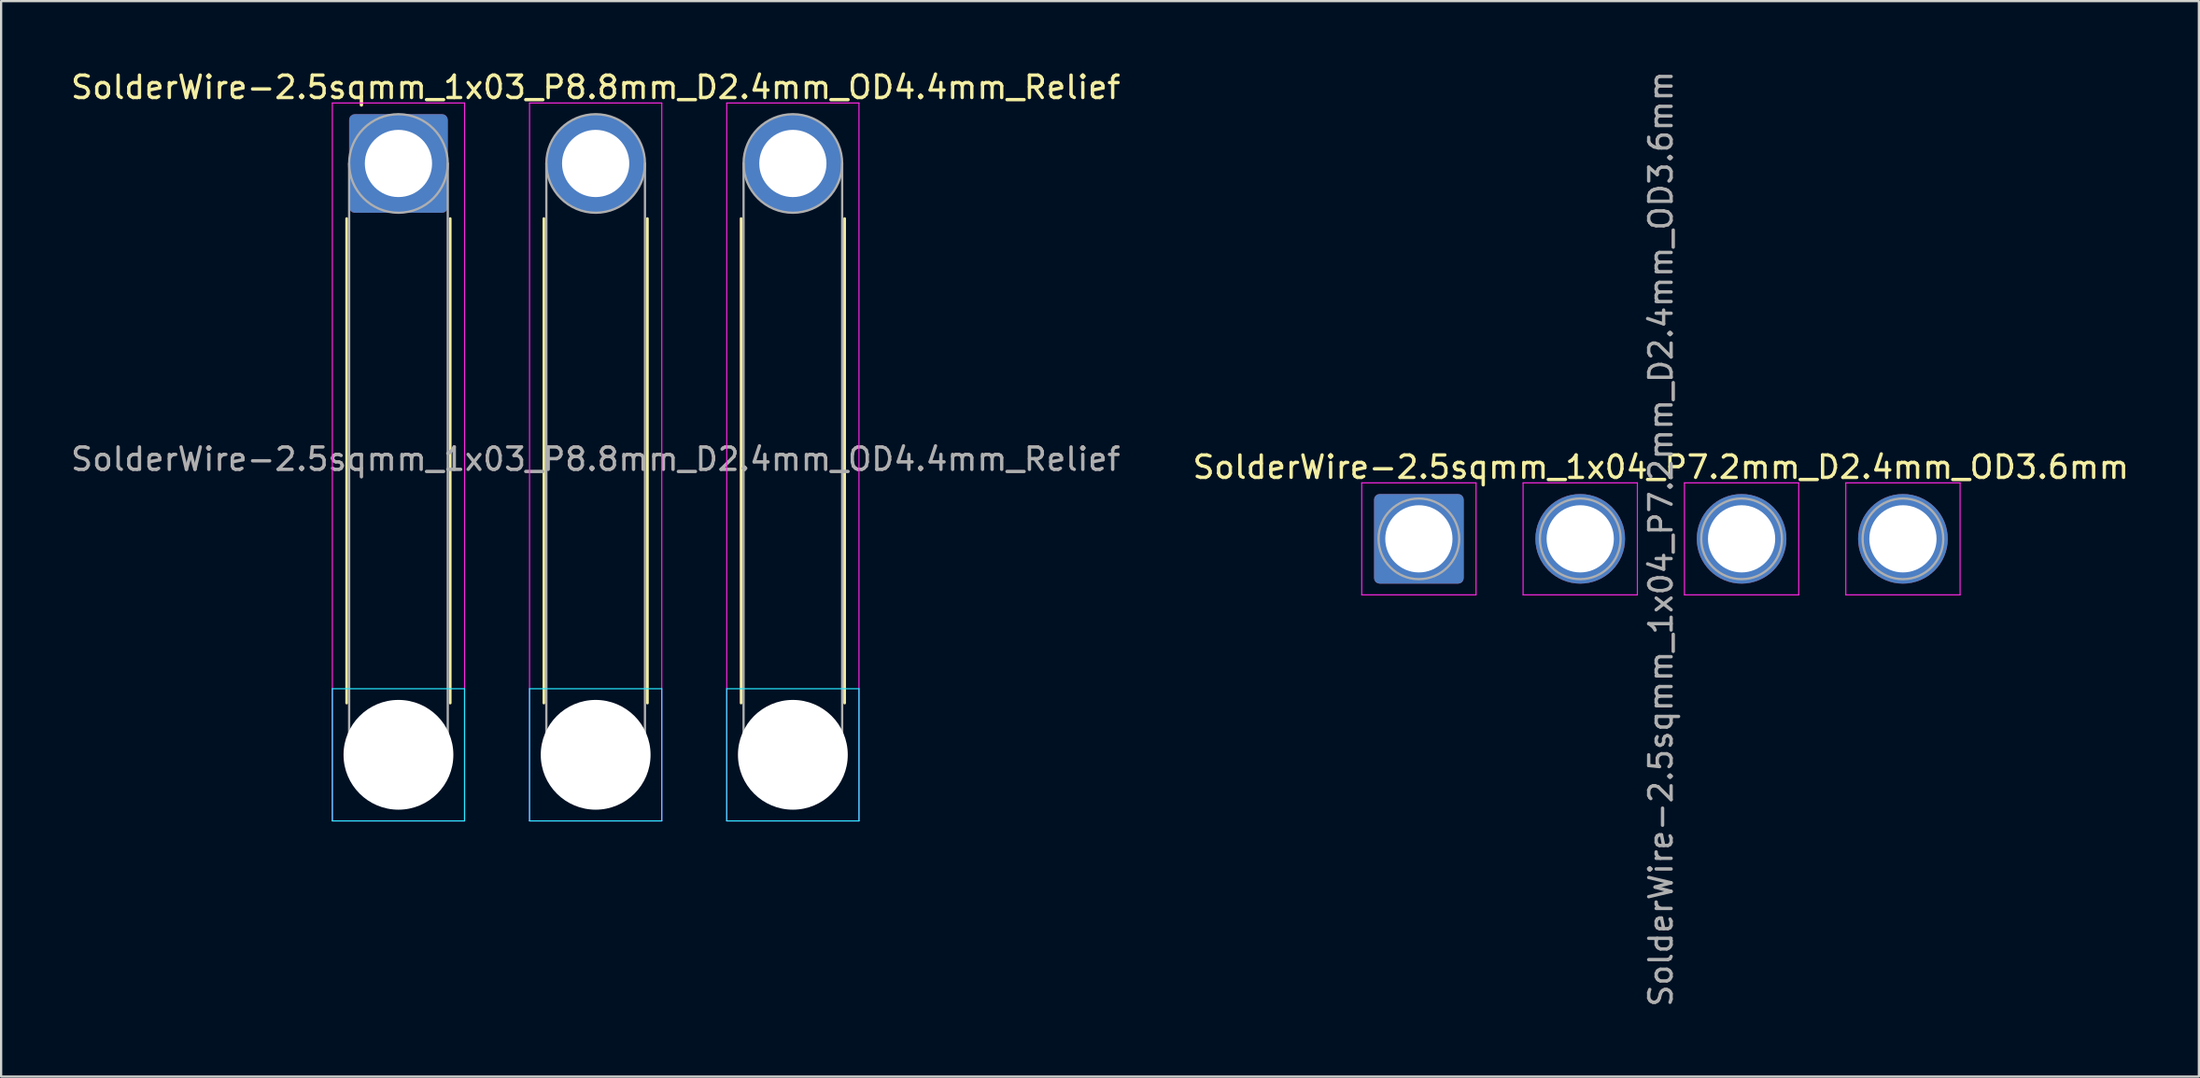
<source format=kicad_pcb>
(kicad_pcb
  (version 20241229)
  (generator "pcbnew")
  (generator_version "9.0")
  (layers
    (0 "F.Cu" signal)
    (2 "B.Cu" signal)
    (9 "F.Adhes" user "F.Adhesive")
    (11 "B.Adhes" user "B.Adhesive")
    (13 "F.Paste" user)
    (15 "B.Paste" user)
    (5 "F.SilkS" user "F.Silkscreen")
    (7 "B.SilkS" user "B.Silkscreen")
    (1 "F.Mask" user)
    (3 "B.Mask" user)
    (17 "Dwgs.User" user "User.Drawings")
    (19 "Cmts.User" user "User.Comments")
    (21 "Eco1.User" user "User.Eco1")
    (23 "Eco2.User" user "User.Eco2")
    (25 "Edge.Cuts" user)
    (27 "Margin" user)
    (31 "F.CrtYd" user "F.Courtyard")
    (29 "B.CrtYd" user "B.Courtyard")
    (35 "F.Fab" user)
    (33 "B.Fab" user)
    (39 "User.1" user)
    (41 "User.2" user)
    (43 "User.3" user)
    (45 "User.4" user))
  (footprint "SolderWire-2.5sqmm_1x04_P7.2mm_D2.4mm_OD3.6mm"
    (layer "F.Cu")
    (at 60.265 21.006)
    (property "Reference" "SolderWire-2.5sqmm_1x04_P7.2mm_D2.4mm_OD3.6mm" (at 10.8 -3.2 0) (layer "F.SilkS") (effects (font (size 1 1) (thickness 0.15))))
    (attr exclude_from_pos_files exclude_from_bom)
    (fp_line (start -2.55 -2.5) (end -2.55 2.5) (stroke (width 0.05) (type solid)) (layer "F.CrtYd"))
    (fp_line (start -2.55 2.5) (end 2.55 2.5) (stroke (width 0.05) (type solid)) (layer "F.CrtYd"))
    (fp_line (start 2.55 -2.5) (end -2.55 -2.5) (stroke (width 0.05) (type solid)) (layer "F.CrtYd"))
    (fp_line (start 2.55 2.5) (end 2.55 -2.5) (stroke (width 0.05) (type solid)) (layer "F.CrtYd"))
    (fp_line (start 4.65 -2.5) (end 4.65 2.5) (stroke (width 0.05) (type solid)) (layer "F.CrtYd"))
    (fp_line (start 4.65 2.5) (end 9.75 2.5) (stroke (width 0.05) (type solid)) (layer "F.CrtYd"))
    (fp_line (start 9.75 -2.5) (end 4.65 -2.5) (stroke (width 0.05) (type solid)) (layer "F.CrtYd"))
    (fp_line (start 9.75 2.5) (end 9.75 -2.5) (stroke (width 0.05) (type solid)) (layer "F.CrtYd"))
    (fp_line (start 11.85 -2.5) (end 11.85 2.5) (stroke (width 0.05) (type solid)) (layer "F.CrtYd"))
    (fp_line (start 11.85 2.5) (end 16.95 2.5) (stroke (width 0.05) (type solid)) (layer "F.CrtYd"))
    (fp_line (start 16.95 -2.5) (end 11.85 -2.5) (stroke (width 0.05) (type solid)) (layer "F.CrtYd"))
    (fp_line (start 16.95 2.5) (end 16.95 -2.5) (stroke (width 0.05) (type solid)) (layer "F.CrtYd"))
    (fp_line (start 19.05 -2.5) (end 19.05 2.5) (stroke (width 0.05) (type solid)) (layer "F.CrtYd"))
    (fp_line (start 19.05 2.5) (end 24.15 2.5) (stroke (width 0.05) (type solid)) (layer "F.CrtYd"))
    (fp_line (start 24.15 -2.5) (end 19.05 -2.5) (stroke (width 0.05) (type solid)) (layer "F.CrtYd"))
    (fp_line (start 24.15 2.5) (end 24.15 -2.5) (stroke (width 0.05) (type solid)) (layer "F.CrtYd"))
    (fp_circle (center 0 0) (end 1.8 0) (stroke (width 0.1) (type solid)) (fill no) (layer "F.Fab"))
    (fp_circle (center 7.2 0) (end 9 0) (stroke (width 0.1) (type solid)) (fill no) (layer "F.Fab"))
    (fp_circle (center 14.4 0) (end 16.2 0) (stroke (width 0.1) (type solid)) (fill no) (layer "F.Fab"))
    (fp_circle (center 21.6 0) (end 23.4 0) (stroke (width 0.1) (type solid)) (fill no) (layer "F.Fab"))
    (fp_text user "${REFERENCE}" (at 10.8 0 90) (layer "F.Fab") (effects (font (size 1 1) (thickness 0.15))))
    (pad "1" thru_hole roundrect (at 0 0) (size 4 4) (drill 3) (layers "*.Cu" "*.Mask") (roundrect_rratio 0.062))
    (pad "2" thru_hole circle (at 7.2 0) (size 4 4) (drill 3) (layers "*.Cu" "*.Mask"))
    (pad "3" thru_hole circle (at 14.4 0) (size 4 4) (drill 3) (layers "*.Cu" "*.Mask"))
    (pad "4" thru_hole circle (at 21.6 0) (size 4 4) (drill 3) (layers "*.Cu" "*.Mask")))
  (footprint "SolderWire-2.5sqmm_1x03_P8.8mm_D2.4mm_OD4.4mm_Relief"
    (layer "F.Cu")
    (at 14.73 4.248)
    (property "Reference" "SolderWire-2.5sqmm_1x03_P8.8mm_D2.4mm_OD4.4mm_Relief" (at 8.8 -3.4 0) (layer "F.SilkS") (effects (font (size 1 1) (thickness 0.15))))
    (attr exclude_from_pos_files exclude_from_bom)
    (fp_line (start -2.31 2.46) (end -2.31 24.09) (stroke (width 0.12) (type solid)) (layer "F.SilkS"))
    (fp_line (start 2.31 2.46) (end 2.31 24.09) (stroke (width 0.12) (type solid)) (layer "F.SilkS"))
    (fp_line (start 6.49 2.46) (end 6.49 24.09) (stroke (width 0.12) (type solid)) (layer "F.SilkS"))
    (fp_line (start 11.11 2.46) (end 11.11 24.09) (stroke (width 0.12) (type solid)) (layer "F.SilkS"))
    (fp_line (start 15.29 2.46) (end 15.29 24.09) (stroke (width 0.12) (type solid)) (layer "F.SilkS"))
    (fp_line (start 19.91 2.46) (end 19.91 24.09) (stroke (width 0.12) (type solid)) (layer "F.SilkS"))
    (fp_line (start -2.95 23.45) (end -2.95 29.35) (stroke (width 0.05) (type solid)) (layer "B.CrtYd"))
    (fp_line (start -2.95 29.35) (end 2.95 29.35) (stroke (width 0.05) (type solid)) (layer "B.CrtYd"))
    (fp_line (start 2.95 23.45) (end -2.95 23.45) (stroke (width 0.05) (type solid)) (layer "B.CrtYd"))
    (fp_line (start 2.95 29.35) (end 2.95 23.45) (stroke (width 0.05) (type solid)) (layer "B.CrtYd"))
    (fp_line (start 5.85 23.45) (end 5.85 29.35) (stroke (width 0.05) (type solid)) (layer "B.CrtYd"))
    (fp_line (start 5.85 29.35) (end 11.75 29.35) (stroke (width 0.05) (type solid)) (layer "B.CrtYd"))
    (fp_line (start 11.75 23.45) (end 5.85 23.45) (stroke (width 0.05) (type solid)) (layer "B.CrtYd"))
    (fp_line (start 11.75 29.35) (end 11.75 23.45) (stroke (width 0.05) (type solid)) (layer "B.CrtYd"))
    (fp_line (start 14.65 23.45) (end 14.65 29.35) (stroke (width 0.05) (type solid)) (layer "B.CrtYd"))
    (fp_line (start 14.65 29.35) (end 20.55 29.35) (stroke (width 0.05) (type solid)) (layer "B.CrtYd"))
    (fp_line (start 20.55 23.45) (end 14.65 23.45) (stroke (width 0.05) (type solid)) (layer "B.CrtYd"))
    (fp_line (start 20.55 29.35) (end 20.55 23.45) (stroke (width 0.05) (type solid)) (layer "B.CrtYd"))
    (fp_line (start -2.95 -2.7) (end -2.95 29.35) (stroke (width 0.05) (type solid)) (layer "F.CrtYd"))
    (fp_line (start -2.95 29.35) (end 2.95 29.35) (stroke (width 0.05) (type solid)) (layer "F.CrtYd"))
    (fp_line (start 2.95 -2.7) (end -2.95 -2.7) (stroke (width 0.05) (type solid)) (layer "F.CrtYd"))
    (fp_line (start 2.95 29.35) (end 2.95 -2.7) (stroke (width 0.05) (type solid)) (layer "F.CrtYd"))
    (fp_line (start 5.85 -2.7) (end 5.85 29.35) (stroke (width 0.05) (type solid)) (layer "F.CrtYd"))
    (fp_line (start 5.85 29.35) (end 11.75 29.35) (stroke (width 0.05) (type solid)) (layer "F.CrtYd"))
    (fp_line (start 11.75 -2.7) (end 5.85 -2.7) (stroke (width 0.05) (type solid)) (layer "F.CrtYd"))
    (fp_line (start 11.75 29.35) (end 11.75 -2.7) (stroke (width 0.05) (type solid)) (layer "F.CrtYd"))
    (fp_line (start 14.65 -2.7) (end 14.65 29.35) (stroke (width 0.05) (type solid)) (layer "F.CrtYd"))
    (fp_line (start 14.65 29.35) (end 20.55 29.35) (stroke (width 0.05) (type solid)) (layer "F.CrtYd"))
    (fp_line (start 20.55 -2.7) (end 14.65 -2.7) (stroke (width 0.05) (type solid)) (layer "F.CrtYd"))
    (fp_line (start 20.55 29.35) (end 20.55 -2.7) (stroke (width 0.05) (type solid)) (layer "F.CrtYd"))
    (fp_line (start -2.2 0) (end -2.2 26.4) (stroke (width 0.1) (type solid)) (layer "F.Fab"))
    (fp_line (start 2.2 0) (end 2.2 26.4) (stroke (width 0.1) (type solid)) (layer "F.Fab"))
    (fp_line (start 6.6 0) (end 6.6 26.4) (stroke (width 0.1) (type solid)) (layer "F.Fab"))
    (fp_line (start 11 0) (end 11 26.4) (stroke (width 0.1) (type solid)) (layer "F.Fab"))
    (fp_line (start 15.4 0) (end 15.4 26.4) (stroke (width 0.1) (type solid)) (layer "F.Fab"))
    (fp_line (start 19.8 0) (end 19.8 26.4) (stroke (width 0.1) (type solid)) (layer "F.Fab"))
    (fp_circle (center 0 0) (end 2.2 0) (stroke (width 0.1) (type solid)) (fill no) (layer "F.Fab"))
    (fp_circle (center 0 26.4) (end 2.2 26.4) (stroke (width 0.1) (type solid)) (fill no) (layer "F.Fab"))
    (fp_circle (center 8.8 0) (end 11 0) (stroke (width 0.1) (type solid)) (fill no) (layer "F.Fab"))
    (fp_circle (center 8.8 26.4) (end 11 26.4) (stroke (width 0.1) (type solid)) (fill no) (layer "F.Fab"))
    (fp_circle (center 17.6 0) (end 19.8 0) (stroke (width 0.1) (type solid)) (fill no) (layer "F.Fab"))
    (fp_circle (center 17.6 26.4) (end 19.8 26.4) (stroke (width 0.1) (type solid)) (fill no) (layer "F.Fab"))
    (fp_text user "${REFERENCE}" (at 8.8 13.2 0) (layer "F.Fab") (effects (font (size 1 1) (thickness 0.15))))
    (pad "" np_thru_hole circle (at 0 26.4) (size 4.9 4.9) (drill 4.9) (layers "*.Cu" "*.Mask"))
    (pad "" np_thru_hole circle (at 8.8 26.4) (size 4.9 4.9) (drill 4.9) (layers "*.Cu" "*.Mask"))
    (pad "" np_thru_hole circle (at 17.6 26.4) (size 4.9 4.9) (drill 4.9) (layers "*.Cu" "*.Mask"))
    (pad "1" thru_hole roundrect (at 0 0) (size 4.4 4.4) (drill 3) (layers "*.Cu" "*.Mask") (roundrect_rratio 0.057))
    (pad "2" thru_hole circle (at 8.8 0) (size 4.4 4.4) (drill 3) (layers "*.Cu" "*.Mask"))
    (pad "3" thru_hole circle (at 17.6 0) (size 4.4 4.4) (drill 3) (layers "*.Cu" "*.Mask")))
  (gr_rect
    (start -3 -3)
    (end 95.071 45.012)
    (stroke (width 0.1) (type default))
    (fill no)
    (layer "Edge.Cuts")))
</source>
